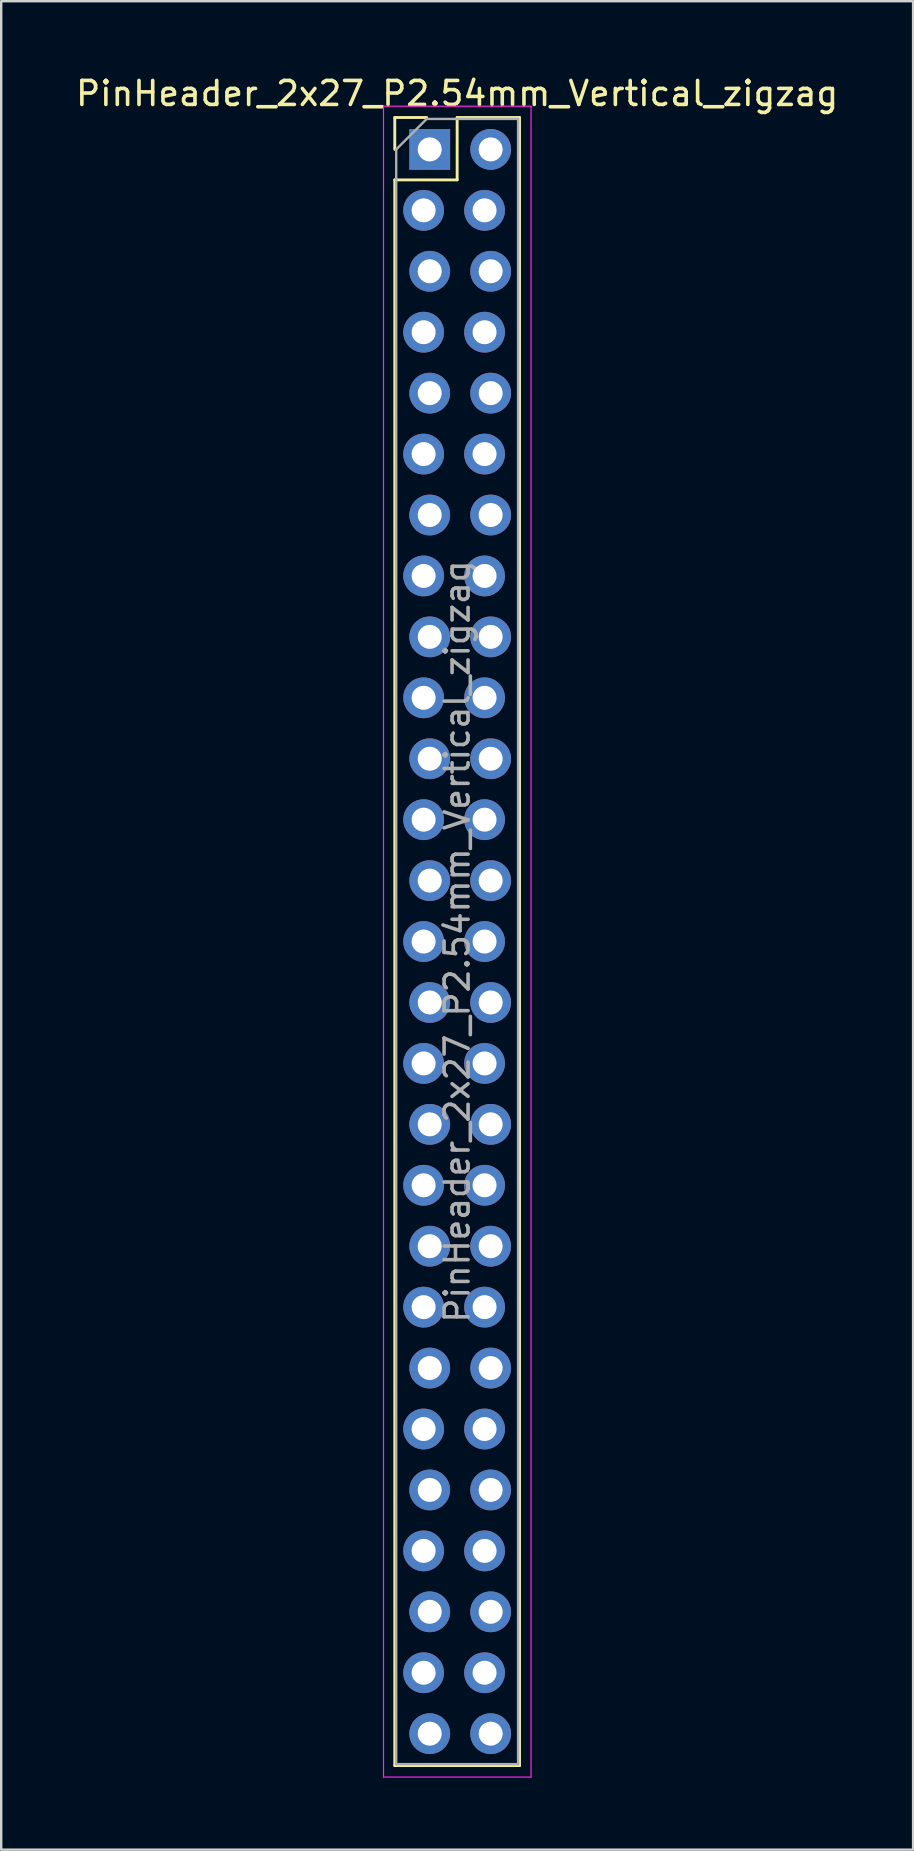
<source format=kicad_pcb>
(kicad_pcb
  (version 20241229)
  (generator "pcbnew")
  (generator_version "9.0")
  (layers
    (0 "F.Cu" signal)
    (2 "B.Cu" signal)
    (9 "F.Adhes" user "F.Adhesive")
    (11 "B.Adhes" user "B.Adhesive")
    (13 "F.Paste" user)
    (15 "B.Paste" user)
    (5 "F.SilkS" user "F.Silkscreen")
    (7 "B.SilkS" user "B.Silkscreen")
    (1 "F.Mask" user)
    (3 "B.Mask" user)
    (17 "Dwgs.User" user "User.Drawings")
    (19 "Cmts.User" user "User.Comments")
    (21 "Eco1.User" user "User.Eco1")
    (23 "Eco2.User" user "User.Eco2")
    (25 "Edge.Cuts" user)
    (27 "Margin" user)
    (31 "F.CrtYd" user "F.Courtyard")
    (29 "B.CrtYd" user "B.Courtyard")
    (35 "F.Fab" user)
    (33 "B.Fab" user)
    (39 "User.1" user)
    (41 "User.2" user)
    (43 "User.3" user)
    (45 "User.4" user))
  (footprint "PinHeader_2x27_P2.54mm_Vertical_zigzag"
    (layer "F.Cu")
    (at 14.736 3.178)
    (property "Reference" "PinHeader_2x27_P2.54mm_Vertical_zigzag" (at 1.27 -2.33 0) (layer "F.SilkS") (effects (font (size 1 1) (thickness 0.15))))
    (attr through_hole)
    (fp_line (start -1.33 -1.33) (end 0 -1.33) (stroke (width 0.12) (type solid)) (layer "F.SilkS"))
    (fp_line (start -1.33 0) (end -1.33 -1.33) (stroke (width 0.12) (type solid)) (layer "F.SilkS"))
    (fp_line (start -1.33 1.27) (end -1.33 67.37) (stroke (width 0.12) (type solid)) (layer "F.SilkS"))
    (fp_line (start -1.33 1.27) (end 1.27 1.27) (stroke (width 0.12) (type solid)) (layer "F.SilkS"))
    (fp_line (start -1.33 67.37) (end 3.87 67.37) (stroke (width 0.12) (type solid)) (layer "F.SilkS"))
    (fp_line (start 1.27 -1.33) (end 3.87 -1.33) (stroke (width 0.12) (type solid)) (layer "F.SilkS"))
    (fp_line (start 1.27 1.27) (end 1.27 -1.33) (stroke (width 0.12) (type solid)) (layer "F.SilkS"))
    (fp_line (start 3.87 -1.33) (end 3.87 67.37) (stroke (width 0.12) (type solid)) (layer "F.SilkS"))
    (fp_line (start -1.8 -1.8) (end -1.8 67.85) (stroke (width 0.05) (type solid)) (layer "F.CrtYd"))
    (fp_line (start -1.8 67.85) (end 4.35 67.85) (stroke (width 0.05) (type solid)) (layer "F.CrtYd"))
    (fp_line (start 4.35 -1.8) (end -1.8 -1.8) (stroke (width 0.05) (type solid)) (layer "F.CrtYd"))
    (fp_line (start 4.35 67.85) (end 4.35 -1.8) (stroke (width 0.05) (type solid)) (layer "F.CrtYd"))
    (fp_line (start -1.27 0) (end 0 -1.27) (stroke (width 0.1) (type solid)) (layer "F.Fab"))
    (fp_line (start -1.27 67.31) (end -1.27 0) (stroke (width 0.1) (type solid)) (layer "F.Fab"))
    (fp_line (start 0 -1.27) (end 3.81 -1.27) (stroke (width 0.1) (type solid)) (layer "F.Fab"))
    (fp_line (start 3.81 -1.27) (end 3.81 67.31) (stroke (width 0.1) (type solid)) (layer "F.Fab"))
    (fp_line (start 3.81 67.31) (end -1.27 67.31) (stroke (width 0.1) (type solid)) (layer "F.Fab"))
    (fp_text user "${REFERENCE}" (at 1.27 33.02 90) (layer "F.Fab") (effects (font (size 1 1) (thickness 0.15))))
    (pad "1" thru_hole rect (at 0.127 0) (size 1.7 1.7) (drill 1) (layers "*.Cu" "*.Mask"))
    (pad "2" thru_hole oval (at 2.667 0) (size 1.7 1.7) (drill 1) (layers "*.Cu" "*.Mask"))
    (pad "3" thru_hole oval (at -0.127 2.54) (size 1.7 1.7) (drill 1) (layers "*.Cu" "*.Mask"))
    (pad "4" thru_hole oval (at 2.413 2.54) (size 1.7 1.7) (drill 1) (layers "*.Cu" "*.Mask"))
    (pad "5" thru_hole oval (at 0.127 5.08) (size 1.7 1.7) (drill 1) (layers "*.Cu" "*.Mask"))
    (pad "6" thru_hole oval (at 2.667 5.08) (size 1.7 1.7) (drill 1) (layers "*.Cu" "*.Mask"))
    (pad "7" thru_hole oval (at -0.127 7.62) (size 1.7 1.7) (drill 1) (layers "*.Cu" "*.Mask"))
    (pad "8" thru_hole oval (at 2.413 7.62) (size 1.7 1.7) (drill 1) (layers "*.Cu" "*.Mask"))
    (pad "9" thru_hole oval (at 0.127 10.16) (size 1.7 1.7) (drill 1) (layers "*.Cu" "*.Mask"))
    (pad "10" thru_hole oval (at 2.667 10.16) (size 1.7 1.7) (drill 1) (layers "*.Cu" "*.Mask"))
    (pad "11" thru_hole oval (at -0.127 12.7) (size 1.7 1.7) (drill 1) (layers "*.Cu" "*.Mask"))
    (pad "12" thru_hole oval (at 2.413 12.7) (size 1.7 1.7) (drill 1) (layers "*.Cu" "*.Mask"))
    (pad "13" thru_hole oval (at 0.127 15.24) (size 1.7 1.7) (drill 1) (layers "*.Cu" "*.Mask"))
    (pad "14" thru_hole oval (at 2.667 15.24) (size 1.7 1.7) (drill 1) (layers "*.Cu" "*.Mask"))
    (pad "15" thru_hole oval (at -0.127 17.78) (size 1.7 1.7) (drill 1) (layers "*.Cu" "*.Mask"))
    (pad "16" thru_hole oval (at 2.413 17.78) (size 1.7 1.7) (drill 1) (layers "*.Cu" "*.Mask"))
    (pad "17" thru_hole oval (at 0.127 20.32) (size 1.7 1.7) (drill 1) (layers "*.Cu" "*.Mask"))
    (pad "18" thru_hole oval (at 2.667 20.32) (size 1.7 1.7) (drill 1) (layers "*.Cu" "*.Mask"))
    (pad "19" thru_hole oval (at -0.127 22.86) (size 1.7 1.7) (drill 1) (layers "*.Cu" "*.Mask"))
    (pad "20" thru_hole oval (at 2.413 22.86) (size 1.7 1.7) (drill 1) (layers "*.Cu" "*.Mask"))
    (pad "21" thru_hole oval (at 0.127 25.4) (size 1.7 1.7) (drill 1) (layers "*.Cu" "*.Mask"))
    (pad "22" thru_hole oval (at 2.667 25.4) (size 1.7 1.7) (drill 1) (layers "*.Cu" "*.Mask"))
    (pad "23" thru_hole oval (at -0.127 27.94) (size 1.7 1.7) (drill 1) (layers "*.Cu" "*.Mask"))
    (pad "24" thru_hole oval (at 2.413 27.94) (size 1.7 1.7) (drill 1) (layers "*.Cu" "*.Mask"))
    (pad "25" thru_hole oval (at 0.127 30.48) (size 1.7 1.7) (drill 1) (layers "*.Cu" "*.Mask"))
    (pad "26" thru_hole oval (at 2.667 30.48) (size 1.7 1.7) (drill 1) (layers "*.Cu" "*.Mask"))
    (pad "27" thru_hole oval (at -0.127 33.02) (size 1.7 1.7) (drill 1) (layers "*.Cu" "*.Mask"))
    (pad "28" thru_hole oval (at 2.413 33.02) (size 1.7 1.7) (drill 1) (layers "*.Cu" "*.Mask"))
    (pad "29" thru_hole oval (at 0.127 35.56) (size 1.7 1.7) (drill 1) (layers "*.Cu" "*.Mask"))
    (pad "30" thru_hole oval (at 2.667 35.56) (size 1.7 1.7) (drill 1) (layers "*.Cu" "*.Mask"))
    (pad "31" thru_hole oval (at -0.127 38.1) (size 1.7 1.7) (drill 1) (layers "*.Cu" "*.Mask"))
    (pad "32" thru_hole oval (at 2.413 38.1) (size 1.7 1.7) (drill 1) (layers "*.Cu" "*.Mask"))
    (pad "33" thru_hole oval (at 0.127 40.64) (size 1.7 1.7) (drill 1) (layers "*.Cu" "*.Mask"))
    (pad "34" thru_hole oval (at 2.667 40.64) (size 1.7 1.7) (drill 1) (layers "*.Cu" "*.Mask"))
    (pad "35" thru_hole oval (at -0.127 43.18) (size 1.7 1.7) (drill 1) (layers "*.Cu" "*.Mask"))
    (pad "36" thru_hole oval (at 2.413 43.18) (size 1.7 1.7) (drill 1) (layers "*.Cu" "*.Mask"))
    (pad "37" thru_hole oval (at 0.127 45.72) (size 1.7 1.7) (drill 1) (layers "*.Cu" "*.Mask"))
    (pad "38" thru_hole oval (at 2.667 45.72) (size 1.7 1.7) (drill 1) (layers "*.Cu" "*.Mask"))
    (pad "39" thru_hole oval (at -0.127 48.26) (size 1.7 1.7) (drill 1) (layers "*.Cu" "*.Mask"))
    (pad "40" thru_hole oval (at 2.413 48.26) (size 1.7 1.7) (drill 1) (layers "*.Cu" "*.Mask"))
    (pad "41" thru_hole oval (at 0.127 50.8) (size 1.7 1.7) (drill 1) (layers "*.Cu" "*.Mask"))
    (pad "42" thru_hole oval (at 2.667 50.8) (size 1.7 1.7) (drill 1) (layers "*.Cu" "*.Mask"))
    (pad "43" thru_hole oval (at -0.127 53.34) (size 1.7 1.7) (drill 1) (layers "*.Cu" "*.Mask"))
    (pad "44" thru_hole oval (at 2.413 53.34) (size 1.7 1.7) (drill 1) (layers "*.Cu" "*.Mask"))
    (pad "45" thru_hole oval (at 0.127 55.88) (size 1.7 1.7) (drill 1) (layers "*.Cu" "*.Mask"))
    (pad "46" thru_hole oval (at 2.667 55.88) (size 1.7 1.7) (drill 1) (layers "*.Cu" "*.Mask"))
    (pad "47" thru_hole oval (at -0.127 58.42) (size 1.7 1.7) (drill 1) (layers "*.Cu" "*.Mask"))
    (pad "48" thru_hole oval (at 2.413 58.42) (size 1.7 1.7) (drill 1) (layers "*.Cu" "*.Mask"))
    (pad "49" thru_hole oval (at 0.127 60.96) (size 1.7 1.7) (drill 1) (layers "*.Cu" "*.Mask"))
    (pad "50" thru_hole oval (at 2.667 60.96) (size 1.7 1.7) (drill 1) (layers "*.Cu" "*.Mask"))
    (pad "51" thru_hole oval (at -0.127 63.5) (size 1.7 1.7) (drill 1) (layers "*.Cu" "*.Mask"))
    (pad "52" thru_hole oval (at 2.413 63.5) (size 1.7 1.7) (drill 1) (layers "*.Cu" "*.Mask"))
    (pad "53" thru_hole oval (at 0.127 66.04) (size 1.7 1.7) (drill 1) (layers "*.Cu" "*.Mask"))
    (pad "54" thru_hole oval (at 2.667 66.04) (size 1.7 1.7) (drill 1) (layers "*.Cu" "*.Mask")))
  (gr_rect
    (start -3 -3)
    (end 35.012 74.053)
    (stroke (width 0.1) (type default))
    (fill no)
    (layer "Edge.Cuts")))
</source>
